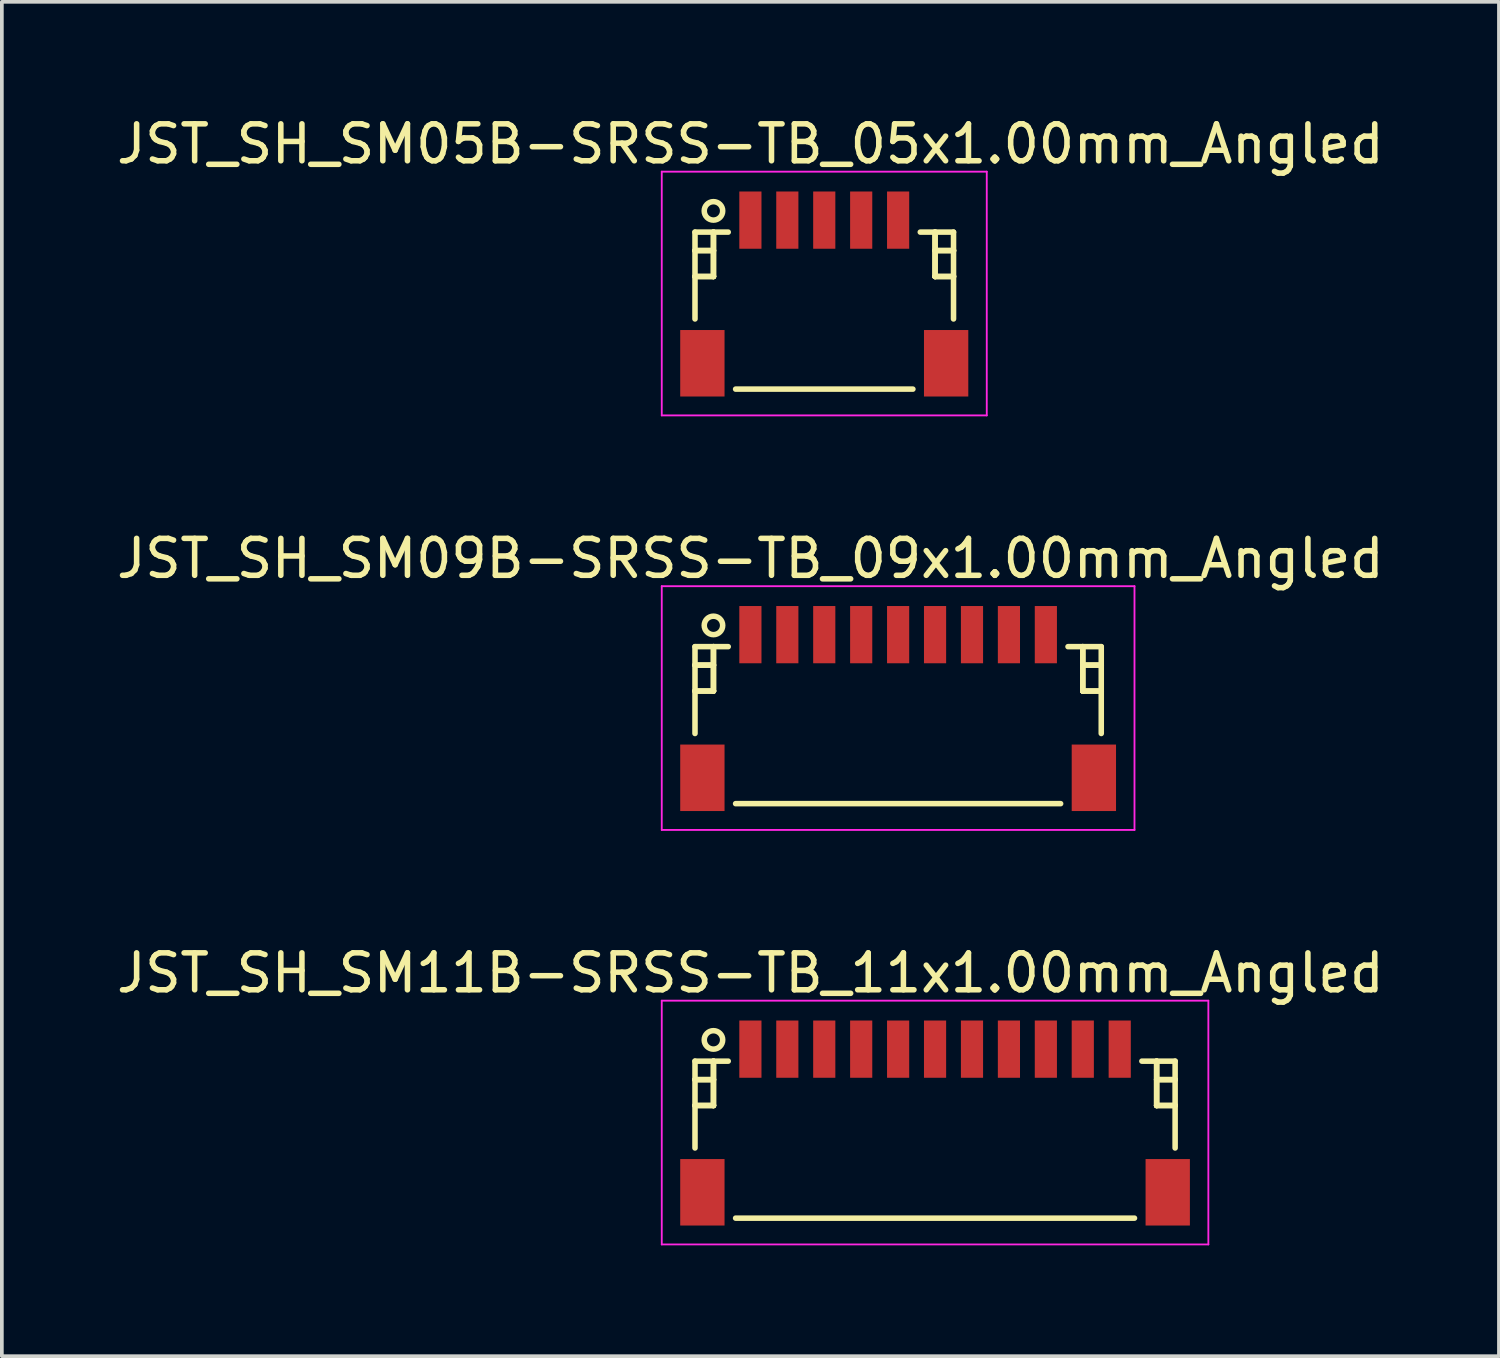
<source format=kicad_pcb>
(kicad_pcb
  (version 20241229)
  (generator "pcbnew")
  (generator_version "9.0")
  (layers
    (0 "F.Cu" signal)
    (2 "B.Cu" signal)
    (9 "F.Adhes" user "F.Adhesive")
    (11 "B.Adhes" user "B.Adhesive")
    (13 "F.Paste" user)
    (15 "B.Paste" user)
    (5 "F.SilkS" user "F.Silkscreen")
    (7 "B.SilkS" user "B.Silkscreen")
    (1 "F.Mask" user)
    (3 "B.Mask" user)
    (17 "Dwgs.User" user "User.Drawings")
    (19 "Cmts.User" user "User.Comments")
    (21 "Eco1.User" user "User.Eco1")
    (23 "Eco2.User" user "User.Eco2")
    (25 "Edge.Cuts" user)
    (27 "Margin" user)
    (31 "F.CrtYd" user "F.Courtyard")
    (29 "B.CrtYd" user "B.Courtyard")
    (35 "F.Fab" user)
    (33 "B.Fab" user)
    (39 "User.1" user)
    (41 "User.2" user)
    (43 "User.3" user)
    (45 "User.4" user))
  (footprint "JST_SH_SM11B-SRSS-TB_11x1.00mm_Angled"
    (layer "F.Cu")
    (at 22.268 27.295)
    (property "Reference" "JST_SH_SM11B-SRSS-TB_11x1.00mm_Angled" (at -5 -4 0) (layer "F.SilkS") (effects (font (size 1 1) (thickness 0.15))))
    (attr smd)
    (fp_line (start -6.5 -1.613) (end -5.6 -1.613) (stroke (width 0.15) (type solid)) (layer "F.SilkS"))
    (fp_line (start -6.5 -1.113) (end -6.5 -1.113) (stroke (width 0.15) (type solid)) (layer "F.SilkS"))
    (fp_line (start -6.5 -1.113) (end -6 -1.113) (stroke (width 0.15) (type solid)) (layer "F.SilkS"))
    (fp_line (start -6.5 -0.412) (end -6.5 -0.412) (stroke (width 0.15) (type solid)) (layer "F.SilkS"))
    (fp_line (start -6.5 -0.412) (end -6 -0.412) (stroke (width 0.15) (type solid)) (layer "F.SilkS"))
    (fp_line (start -6.5 0.738) (end -6.5 -1.613) (stroke (width 0.15) (type solid)) (layer "F.SilkS"))
    (fp_line (start -6 -1.613) (end -6 -1.613) (stroke (width 0.15) (type solid)) (layer "F.SilkS"))
    (fp_line (start -6 -1.613) (end -6 -0.412) (stroke (width 0.15) (type solid)) (layer "F.SilkS"))
    (fp_line (start -6 -1.113) (end -6.5 -1.113) (stroke (width 0.15) (type solid)) (layer "F.SilkS"))
    (fp_line (start -6 -1.113) (end -6 -1.113) (stroke (width 0.15) (type solid)) (layer "F.SilkS"))
    (fp_line (start -6 -0.412) (end -6.5 -0.412) (stroke (width 0.15) (type solid)) (layer "F.SilkS"))
    (fp_line (start -6 -0.412) (end -6 -1.613) (stroke (width 0.15) (type solid)) (layer "F.SilkS"))
    (fp_line (start -6 -0.412) (end -6 -0.412) (stroke (width 0.15) (type solid)) (layer "F.SilkS"))
    (fp_line (start -6 -0.412) (end -6 -0.412) (stroke (width 0.15) (type solid)) (layer "F.SilkS"))
    (fp_line (start -5.4 2.638) (end 5.4 2.638) (stroke (width 0.15) (type solid)) (layer "F.SilkS"))
    (fp_line (start 6 -1.613) (end 6 -1.613) (stroke (width 0.15) (type solid)) (layer "F.SilkS"))
    (fp_line (start 6 -1.613) (end 6 -0.412) (stroke (width 0.15) (type solid)) (layer "F.SilkS"))
    (fp_line (start 6 -1.113) (end 6 -1.113) (stroke (width 0.15) (type solid)) (layer "F.SilkS"))
    (fp_line (start 6 -1.113) (end 6.5 -1.113) (stroke (width 0.15) (type solid)) (layer "F.SilkS"))
    (fp_line (start 6 -0.412) (end 6 -1.613) (stroke (width 0.15) (type solid)) (layer "F.SilkS"))
    (fp_line (start 6 -0.412) (end 6 -0.412) (stroke (width 0.15) (type solid)) (layer "F.SilkS"))
    (fp_line (start 6 -0.412) (end 6 -0.412) (stroke (width 0.15) (type solid)) (layer "F.SilkS"))
    (fp_line (start 6 -0.412) (end 6.5 -0.412) (stroke (width 0.15) (type solid)) (layer "F.SilkS"))
    (fp_line (start 6.5 -1.613) (end 5.6 -1.613) (stroke (width 0.15) (type solid)) (layer "F.SilkS"))
    (fp_line (start 6.5 -1.113) (end 6 -1.113) (stroke (width 0.15) (type solid)) (layer "F.SilkS"))
    (fp_line (start 6.5 -1.113) (end 6.5 -1.113) (stroke (width 0.15) (type solid)) (layer "F.SilkS"))
    (fp_line (start 6.5 -0.412) (end 6 -0.412) (stroke (width 0.15) (type solid)) (layer "F.SilkS"))
    (fp_line (start 6.5 -0.412) (end 6.5 -0.412) (stroke (width 0.15) (type solid)) (layer "F.SilkS"))
    (fp_line (start 6.5 0.738) (end 6.5 -1.613) (stroke (width 0.15) (type solid)) (layer "F.SilkS"))
    (fp_circle (center -6 -2.188) (end -5.75 -2.188) (stroke (width 0.15) (type solid)) (fill no) (layer "F.SilkS"))
    (fp_line (start -7.4 -3.25) (end 7.4 -3.25) (stroke (width 0.05) (type solid)) (layer "F.CrtYd"))
    (fp_line (start -7.4 3.35) (end -7.4 -3.25) (stroke (width 0.05) (type solid)) (layer "F.CrtYd"))
    (fp_line (start 7.4 -3.25) (end 7.4 3.35) (stroke (width 0.05) (type solid)) (layer "F.CrtYd"))
    (fp_line (start 7.4 3.35) (end -7.4 3.35) (stroke (width 0.05) (type solid)) (layer "F.CrtYd"))
    (pad "" smd rect (at -6.3 1.938) (size 1.2 1.8) (layers "F.Cu" "F.Mask" "F.Paste"))
    (pad "" smd rect (at 6.3 1.938) (size 1.2 1.8) (layers "F.Cu" "F.Mask" "F.Paste"))
    (pad "1" smd rect (at -5 -1.938) (size 0.6 1.55) (layers "F.Cu" "F.Mask" "F.Paste"))
    (pad "2" smd rect (at -4 -1.938) (size 0.6 1.55) (layers "F.Cu" "F.Mask" "F.Paste"))
    (pad "3" smd rect (at -3 -1.938) (size 0.6 1.55) (layers "F.Cu" "F.Mask" "F.Paste"))
    (pad "4" smd rect (at -2 -1.938) (size 0.6 1.55) (layers "F.Cu" "F.Mask" "F.Paste"))
    (pad "5" smd rect (at -1 -1.938) (size 0.6 1.55) (layers "F.Cu" "F.Mask" "F.Paste"))
    (pad "6" smd rect (at 0 -1.938) (size 0.6 1.55) (layers "F.Cu" "F.Mask" "F.Paste"))
    (pad "7" smd rect (at 1 -1.938) (size 0.6 1.55) (layers "F.Cu" "F.Mask" "F.Paste"))
    (pad "8" smd rect (at 2 -1.938) (size 0.6 1.55) (layers "F.Cu" "F.Mask" "F.Paste"))
    (pad "9" smd rect (at 3 -1.938) (size 0.6 1.55) (layers "F.Cu" "F.Mask" "F.Paste"))
    (pad "10" smd rect (at 4 -1.938) (size 0.6 1.55) (layers "F.Cu" "F.Mask" "F.Paste"))
    (pad "11" smd rect (at 5 -1.938) (size 0.6 1.55) (layers "F.Cu" "F.Mask" "F.Paste")))
  (footprint "JST_SH_SM05B-SRSS-TB_05x1.00mm_Angled"
    (layer "F.Cu")
    (at 19.268 4.848)
    (property "Reference" "JST_SH_SM05B-SRSS-TB_05x1.00mm_Angled" (at -2 -4 0) (layer "F.SilkS") (effects (font (size 1 1) (thickness 0.15))))
    (attr smd)
    (fp_line (start -3.5 -1.613) (end -2.6 -1.613) (stroke (width 0.15) (type solid)) (layer "F.SilkS"))
    (fp_line (start -3.5 -1.113) (end -3.5 -1.113) (stroke (width 0.15) (type solid)) (layer "F.SilkS"))
    (fp_line (start -3.5 -1.113) (end -3 -1.113) (stroke (width 0.15) (type solid)) (layer "F.SilkS"))
    (fp_line (start -3.5 -0.412) (end -3.5 -0.412) (stroke (width 0.15) (type solid)) (layer "F.SilkS"))
    (fp_line (start -3.5 -0.412) (end -3 -0.412) (stroke (width 0.15) (type solid)) (layer "F.SilkS"))
    (fp_line (start -3.5 0.738) (end -3.5 -1.613) (stroke (width 0.15) (type solid)) (layer "F.SilkS"))
    (fp_line (start -3 -1.613) (end -3 -1.613) (stroke (width 0.15) (type solid)) (layer "F.SilkS"))
    (fp_line (start -3 -1.613) (end -3 -0.412) (stroke (width 0.15) (type solid)) (layer "F.SilkS"))
    (fp_line (start -3 -1.113) (end -3.5 -1.113) (stroke (width 0.15) (type solid)) (layer "F.SilkS"))
    (fp_line (start -3 -1.113) (end -3 -1.113) (stroke (width 0.15) (type solid)) (layer "F.SilkS"))
    (fp_line (start -3 -0.412) (end -3.5 -0.412) (stroke (width 0.15) (type solid)) (layer "F.SilkS"))
    (fp_line (start -3 -0.412) (end -3 -1.613) (stroke (width 0.15) (type solid)) (layer "F.SilkS"))
    (fp_line (start -3 -0.412) (end -3 -0.412) (stroke (width 0.15) (type solid)) (layer "F.SilkS"))
    (fp_line (start -3 -0.412) (end -3 -0.412) (stroke (width 0.15) (type solid)) (layer "F.SilkS"))
    (fp_line (start -2.4 2.638) (end 2.4 2.638) (stroke (width 0.15) (type solid)) (layer "F.SilkS"))
    (fp_line (start 3 -1.613) (end 3 -1.613) (stroke (width 0.15) (type solid)) (layer "F.SilkS"))
    (fp_line (start 3 -1.613) (end 3 -0.412) (stroke (width 0.15) (type solid)) (layer "F.SilkS"))
    (fp_line (start 3 -1.113) (end 3 -1.113) (stroke (width 0.15) (type solid)) (layer "F.SilkS"))
    (fp_line (start 3 -1.113) (end 3.5 -1.113) (stroke (width 0.15) (type solid)) (layer "F.SilkS"))
    (fp_line (start 3 -0.412) (end 3 -1.613) (stroke (width 0.15) (type solid)) (layer "F.SilkS"))
    (fp_line (start 3 -0.412) (end 3 -0.412) (stroke (width 0.15) (type solid)) (layer "F.SilkS"))
    (fp_line (start 3 -0.412) (end 3 -0.412) (stroke (width 0.15) (type solid)) (layer "F.SilkS"))
    (fp_line (start 3 -0.412) (end 3.5 -0.412) (stroke (width 0.15) (type solid)) (layer "F.SilkS"))
    (fp_line (start 3.5 -1.613) (end 2.6 -1.613) (stroke (width 0.15) (type solid)) (layer "F.SilkS"))
    (fp_line (start 3.5 -1.113) (end 3 -1.113) (stroke (width 0.15) (type solid)) (layer "F.SilkS"))
    (fp_line (start 3.5 -1.113) (end 3.5 -1.113) (stroke (width 0.15) (type solid)) (layer "F.SilkS"))
    (fp_line (start 3.5 -0.412) (end 3 -0.412) (stroke (width 0.15) (type solid)) (layer "F.SilkS"))
    (fp_line (start 3.5 -0.412) (end 3.5 -0.412) (stroke (width 0.15) (type solid)) (layer "F.SilkS"))
    (fp_line (start 3.5 0.738) (end 3.5 -1.613) (stroke (width 0.15) (type solid)) (layer "F.SilkS"))
    (fp_circle (center -3 -2.188) (end -2.75 -2.188) (stroke (width 0.15) (type solid)) (fill no) (layer "F.SilkS"))
    (fp_line (start -4.4 -3.25) (end 4.4 -3.25) (stroke (width 0.05) (type solid)) (layer "F.CrtYd"))
    (fp_line (start -4.4 3.35) (end -4.4 -3.25) (stroke (width 0.05) (type solid)) (layer "F.CrtYd"))
    (fp_line (start 4.4 -3.25) (end 4.4 3.35) (stroke (width 0.05) (type solid)) (layer "F.CrtYd"))
    (fp_line (start 4.4 3.35) (end -4.4 3.35) (stroke (width 0.05) (type solid)) (layer "F.CrtYd"))
    (pad "" smd rect (at -3.3 1.938) (size 1.2 1.8) (layers "F.Cu" "F.Mask" "F.Paste"))
    (pad "" smd rect (at 3.3 1.938) (size 1.2 1.8) (layers "F.Cu" "F.Mask" "F.Paste"))
    (pad "1" smd rect (at -2 -1.938) (size 0.6 1.55) (layers "F.Cu" "F.Mask" "F.Paste"))
    (pad "2" smd rect (at -1 -1.938) (size 0.6 1.55) (layers "F.Cu" "F.Mask" "F.Paste"))
    (pad "3" smd rect (at 0 -1.938) (size 0.6 1.55) (layers "F.Cu" "F.Mask" "F.Paste"))
    (pad "4" smd rect (at 1 -1.938) (size 0.6 1.55) (layers "F.Cu" "F.Mask" "F.Paste"))
    (pad "5" smd rect (at 2 -1.938) (size 0.6 1.55) (layers "F.Cu" "F.Mask" "F.Paste")))
  (footprint "JST_SH_SM09B-SRSS-TB_09x1.00mm_Angled"
    (layer "F.Cu")
    (at 21.268 16.072)
    (property "Reference" "JST_SH_SM09B-SRSS-TB_09x1.00mm_Angled" (at -4 -4 0) (layer "F.SilkS") (effects (font (size 1 1) (thickness 0.15))))
    (attr smd)
    (fp_line (start -5.5 -1.613) (end -4.6 -1.613) (stroke (width 0.15) (type solid)) (layer "F.SilkS"))
    (fp_line (start -5.5 -1.113) (end -5.5 -1.113) (stroke (width 0.15) (type solid)) (layer "F.SilkS"))
    (fp_line (start -5.5 -1.113) (end -5 -1.113) (stroke (width 0.15) (type solid)) (layer "F.SilkS"))
    (fp_line (start -5.5 -0.412) (end -5.5 -0.412) (stroke (width 0.15) (type solid)) (layer "F.SilkS"))
    (fp_line (start -5.5 -0.412) (end -5 -0.412) (stroke (width 0.15) (type solid)) (layer "F.SilkS"))
    (fp_line (start -5.5 0.738) (end -5.5 -1.613) (stroke (width 0.15) (type solid)) (layer "F.SilkS"))
    (fp_line (start -5 -1.613) (end -5 -1.613) (stroke (width 0.15) (type solid)) (layer "F.SilkS"))
    (fp_line (start -5 -1.613) (end -5 -0.412) (stroke (width 0.15) (type solid)) (layer "F.SilkS"))
    (fp_line (start -5 -1.113) (end -5.5 -1.113) (stroke (width 0.15) (type solid)) (layer "F.SilkS"))
    (fp_line (start -5 -1.113) (end -5 -1.113) (stroke (width 0.15) (type solid)) (layer "F.SilkS"))
    (fp_line (start -5 -0.412) (end -5.5 -0.412) (stroke (width 0.15) (type solid)) (layer "F.SilkS"))
    (fp_line (start -5 -0.412) (end -5 -1.613) (stroke (width 0.15) (type solid)) (layer "F.SilkS"))
    (fp_line (start -5 -0.412) (end -5 -0.412) (stroke (width 0.15) (type solid)) (layer "F.SilkS"))
    (fp_line (start -5 -0.412) (end -5 -0.412) (stroke (width 0.15) (type solid)) (layer "F.SilkS"))
    (fp_line (start -4.4 2.638) (end 4.4 2.638) (stroke (width 0.15) (type solid)) (layer "F.SilkS"))
    (fp_line (start 5 -1.613) (end 5 -1.613) (stroke (width 0.15) (type solid)) (layer "F.SilkS"))
    (fp_line (start 5 -1.613) (end 5 -0.412) (stroke (width 0.15) (type solid)) (layer "F.SilkS"))
    (fp_line (start 5 -1.113) (end 5 -1.113) (stroke (width 0.15) (type solid)) (layer "F.SilkS"))
    (fp_line (start 5 -1.113) (end 5.5 -1.113) (stroke (width 0.15) (type solid)) (layer "F.SilkS"))
    (fp_line (start 5 -0.412) (end 5 -1.613) (stroke (width 0.15) (type solid)) (layer "F.SilkS"))
    (fp_line (start 5 -0.412) (end 5 -0.412) (stroke (width 0.15) (type solid)) (layer "F.SilkS"))
    (fp_line (start 5 -0.412) (end 5 -0.412) (stroke (width 0.15) (type solid)) (layer "F.SilkS"))
    (fp_line (start 5 -0.412) (end 5.5 -0.412) (stroke (width 0.15) (type solid)) (layer "F.SilkS"))
    (fp_line (start 5.5 -1.613) (end 4.6 -1.613) (stroke (width 0.15) (type solid)) (layer "F.SilkS"))
    (fp_line (start 5.5 -1.113) (end 5 -1.113) (stroke (width 0.15) (type solid)) (layer "F.SilkS"))
    (fp_line (start 5.5 -1.113) (end 5.5 -1.113) (stroke (width 0.15) (type solid)) (layer "F.SilkS"))
    (fp_line (start 5.5 -0.412) (end 5 -0.412) (stroke (width 0.15) (type solid)) (layer "F.SilkS"))
    (fp_line (start 5.5 -0.412) (end 5.5 -0.412) (stroke (width 0.15) (type solid)) (layer "F.SilkS"))
    (fp_line (start 5.5 0.738) (end 5.5 -1.613) (stroke (width 0.15) (type solid)) (layer "F.SilkS"))
    (fp_circle (center -5 -2.188) (end -4.75 -2.188) (stroke (width 0.15) (type solid)) (fill no) (layer "F.SilkS"))
    (fp_line (start -6.4 -3.25) (end 6.4 -3.25) (stroke (width 0.05) (type solid)) (layer "F.CrtYd"))
    (fp_line (start -6.4 3.35) (end -6.4 -3.25) (stroke (width 0.05) (type solid)) (layer "F.CrtYd"))
    (fp_line (start 6.4 -3.25) (end 6.4 3.35) (stroke (width 0.05) (type solid)) (layer "F.CrtYd"))
    (fp_line (start 6.4 3.35) (end -6.4 3.35) (stroke (width 0.05) (type solid)) (layer "F.CrtYd"))
    (pad "" smd rect (at -5.3 1.938) (size 1.2 1.8) (layers "F.Cu" "F.Mask" "F.Paste"))
    (pad "" smd rect (at 5.3 1.938) (size 1.2 1.8) (layers "F.Cu" "F.Mask" "F.Paste"))
    (pad "1" smd rect (at -4 -1.938) (size 0.6 1.55) (layers "F.Cu" "F.Mask" "F.Paste"))
    (pad "2" smd rect (at -3 -1.938) (size 0.6 1.55) (layers "F.Cu" "F.Mask" "F.Paste"))
    (pad "3" smd rect (at -2 -1.938) (size 0.6 1.55) (layers "F.Cu" "F.Mask" "F.Paste"))
    (pad "4" smd rect (at -1 -1.938) (size 0.6 1.55) (layers "F.Cu" "F.Mask" "F.Paste"))
    (pad "5" smd rect (at 0 -1.938) (size 0.6 1.55) (layers "F.Cu" "F.Mask" "F.Paste"))
    (pad "6" smd rect (at 1 -1.938) (size 0.6 1.55) (layers "F.Cu" "F.Mask" "F.Paste"))
    (pad "7" smd rect (at 2 -1.938) (size 0.6 1.55) (layers "F.Cu" "F.Mask" "F.Paste"))
    (pad "8" smd rect (at 3 -1.938) (size 0.6 1.55) (layers "F.Cu" "F.Mask" "F.Paste"))
    (pad "9" smd rect (at 4 -1.938) (size 0.6 1.55) (layers "F.Cu" "F.Mask" "F.Paste")))
  (gr_rect
    (start -3 -3)
    (end 37.536 33.67)
    (stroke (width 0.1) (type default))
    (fill no)
    (layer "Edge.Cuts")))
</source>
